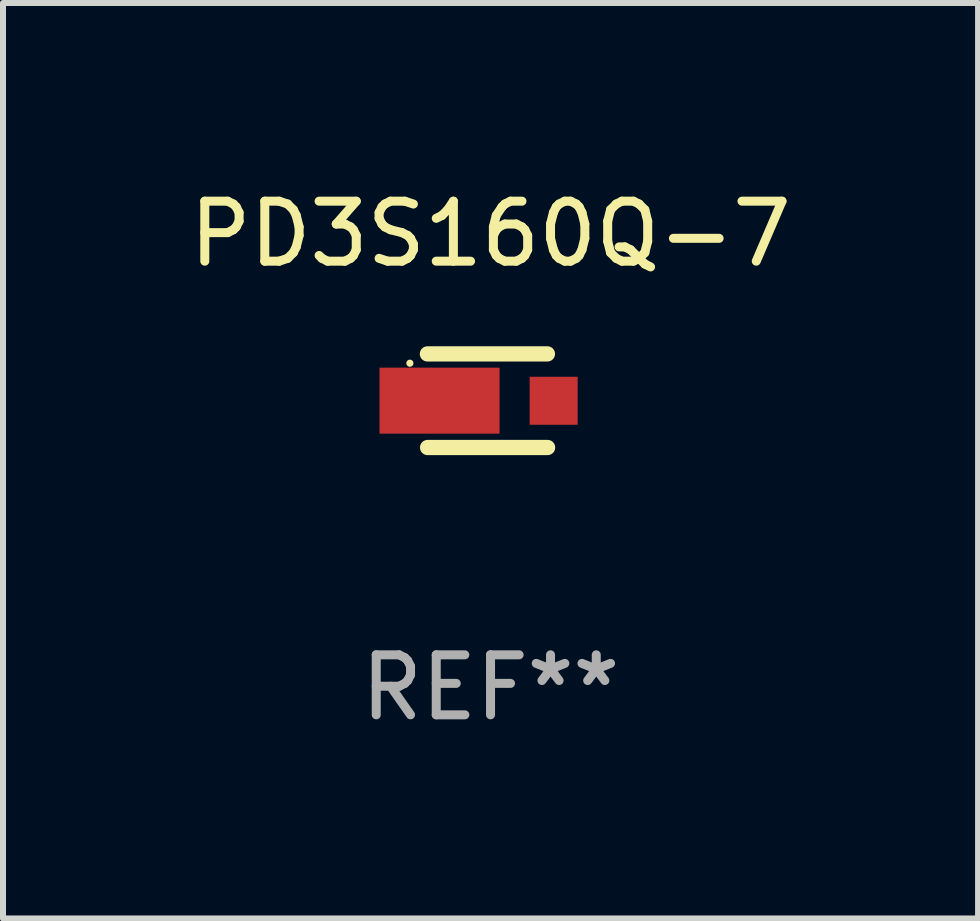
<source format=kicad_pcb>
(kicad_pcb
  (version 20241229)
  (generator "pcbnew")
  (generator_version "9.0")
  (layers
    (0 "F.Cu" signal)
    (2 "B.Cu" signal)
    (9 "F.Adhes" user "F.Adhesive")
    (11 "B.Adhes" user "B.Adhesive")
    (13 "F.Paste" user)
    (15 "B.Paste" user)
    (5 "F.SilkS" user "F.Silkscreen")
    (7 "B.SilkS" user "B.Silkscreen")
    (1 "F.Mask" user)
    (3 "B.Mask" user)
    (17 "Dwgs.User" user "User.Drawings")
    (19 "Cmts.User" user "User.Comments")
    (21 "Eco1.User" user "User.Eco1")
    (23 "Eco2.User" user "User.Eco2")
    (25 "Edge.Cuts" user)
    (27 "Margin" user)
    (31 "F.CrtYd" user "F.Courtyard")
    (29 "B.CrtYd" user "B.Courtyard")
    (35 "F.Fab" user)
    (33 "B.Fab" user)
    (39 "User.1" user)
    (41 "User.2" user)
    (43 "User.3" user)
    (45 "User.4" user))
  (footprint "PD3S160Q-7"
    (layer "F.Cu")
    (at 5.125 3.628)
    (property "Reference" "PD3S160Q-7" (at 0 -2.78 0) (layer "F.SilkS") (effects (font (size 1 1) (thickness 0.15))))
    (attr through_hole)
    (fp_line (start -1.049 0.78) (end 0.951 0.78) (stroke (width 0.254) (type solid)) (layer "F.SilkS"))
    (fp_line (start 0.948 -0.78) (end -1.052 -0.78) (stroke (width 0.254) (type solid)) (layer "F.SilkS"))
    (fp_circle (center -1.344 -0.625) (end -1.314 -0.625) (stroke (width 0.06) (type solid)) (fill no) (layer "F.SilkS"))
    (fp_text user "REF**" (at 0 4.78 0) (layer "F.Fab") (effects (font (size 1 1) (thickness 0.15))))
    (pad "1" smd rect (at -0.85 -0.001) (size 2 1.1) (layers "F.Cu" "F.Mask" "F.Paste"))
    (pad "2" smd rect (at 1.052 0.001) (size 0.8 0.8) (layers "F.Cu" "F.Mask" "F.Paste")))
  (gr_rect
    (start -3 -3)
    (end 13.25 12.257)
    (stroke (width 0.1) (type default))
    (fill no)
    (layer "Edge.Cuts")))
</source>
